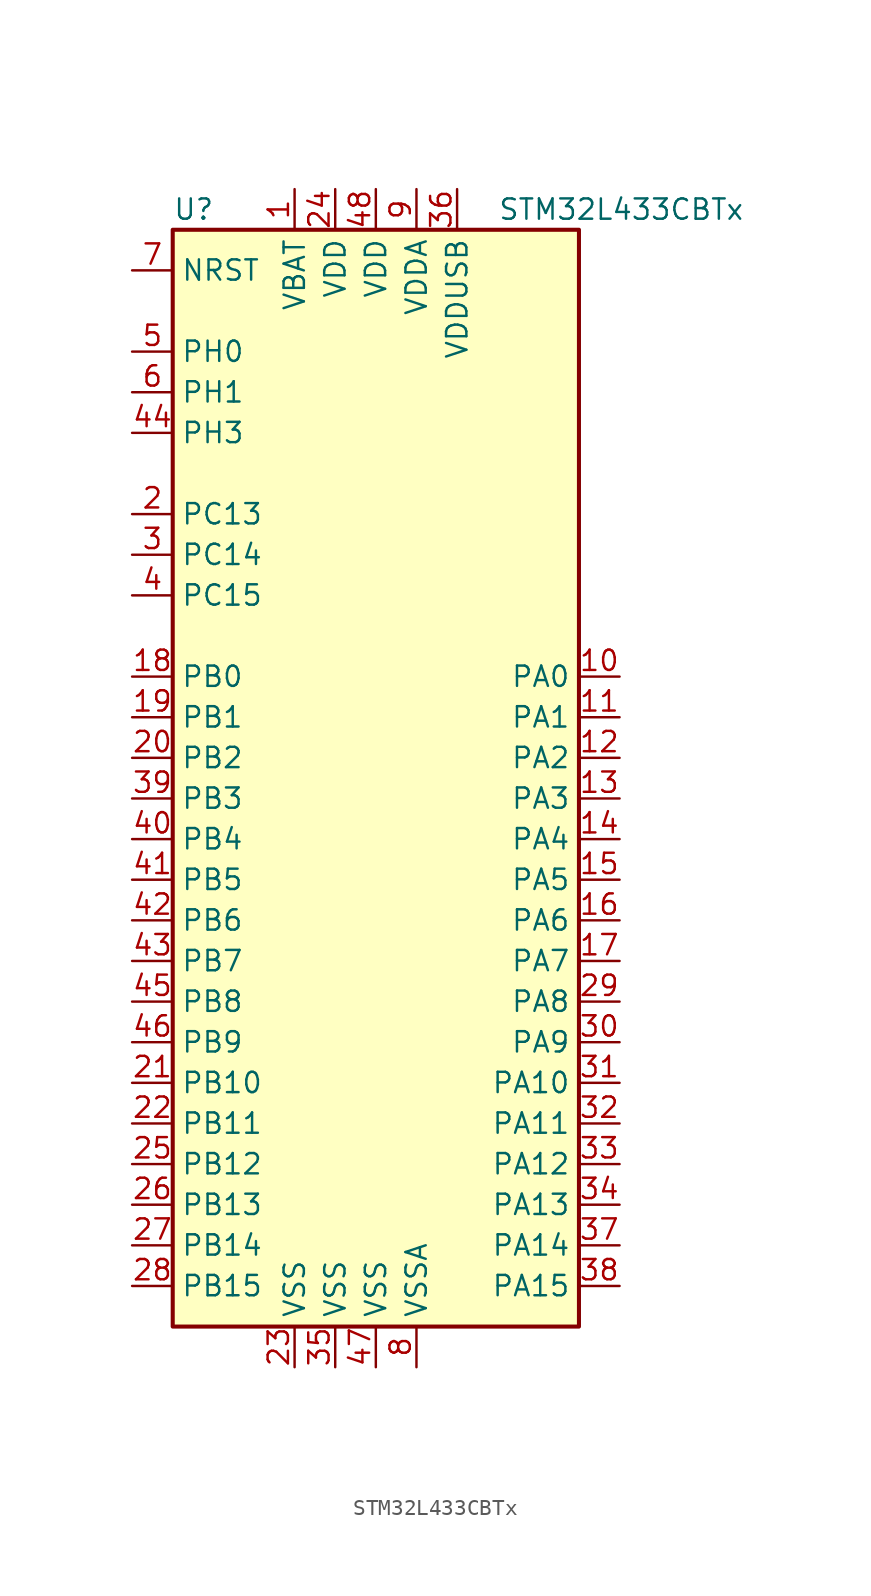
<source format=kicad_sym>
(kicad_symbol_lib
  (version 20220914)
  (generator kicad_symbol_editor)
  (symbol "STM32L433CBTx"
    (property "Reference" "U"
      (at -12.7 34.29 0)
      (effects (font (size 1.27 1.27)) (justify left)))
    (property "Value" "STM32L433CBTx"
      (at 7.62 34.29 0)
      (effects (font (size 1.27 1.27)) (justify left)))
    (symbol "STM32L433CBTx_0_1"
      (rectangle (start -12.7 -35.56) (end 12.7 33.02) (stroke (width 0.254) (type default)) (fill (type background))))
    (symbol "STM32L433CBTx_1_1"
      (pin power_in line (at -5.08 35.56 270) (length 2.54) (name "VBAT" (effects (font (size 1.27 1.27)))) (number "1" (effects (font (size 1.27 1.27)))))
      (pin bidirectional line (at 15.24 5.08 180) (length 2.54) (name "PA0" (effects (font (size 1.27 1.27)))) (number "10" (effects (font (size 1.27 1.27)))))
      (pin bidirectional line (at 15.24 2.54 180) (length 2.54) (name "PA1" (effects (font (size 1.27 1.27)))) (number "11" (effects (font (size 1.27 1.27)))))
      (pin bidirectional line (at 15.24 0 180) (length 2.54) (name "PA2" (effects (font (size 1.27 1.27)))) (number "12" (effects (font (size 1.27 1.27)))))
      (pin bidirectional line (at 15.24 -2.54 180) (length 2.54) (name "PA3" (effects (font (size 1.27 1.27)))) (number "13" (effects (font (size 1.27 1.27)))))
      (pin bidirectional line (at 15.24 -5.08 180) (length 2.54) (name "PA4" (effects (font (size 1.27 1.27)))) (number "14" (effects (font (size 1.27 1.27)))))
      (pin bidirectional line (at 15.24 -7.62 180) (length 2.54) (name "PA5" (effects (font (size 1.27 1.27)))) (number "15" (effects (font (size 1.27 1.27)))))
      (pin bidirectional line (at 15.24 -10.16 180) (length 2.54) (name "PA6" (effects (font (size 1.27 1.27)))) (number "16" (effects (font (size 1.27 1.27)))))
      (pin bidirectional line (at 15.24 -12.7 180) (length 2.54) (name "PA7" (effects (font (size 1.27 1.27)))) (number "17" (effects (font (size 1.27 1.27)))))
      (pin bidirectional line (at -15.24 5.08 0) (length 2.54) (name "PB0" (effects (font (size 1.27 1.27)))) (number "18" (effects (font (size 1.27 1.27)))))
      (pin bidirectional line (at -15.24 2.54 0) (length 2.54) (name "PB1" (effects (font (size 1.27 1.27)))) (number "19" (effects (font (size 1.27 1.27)))))
      (pin bidirectional line (at -15.24 15.24 0) (length 2.54) (name "PC13" (effects (font (size 1.27 1.27)))) (number "2" (effects (font (size 1.27 1.27)))))
      (pin bidirectional line (at -15.24 0 0) (length 2.54) (name "PB2" (effects (font (size 1.27 1.27)))) (number "20" (effects (font (size 1.27 1.27)))))
      (pin bidirectional line (at -15.24 -20.32 0) (length 2.54) (name "PB10" (effects (font (size 1.27 1.27)))) (number "21" (effects (font (size 1.27 1.27)))))
      (pin bidirectional line (at -15.24 -22.86 0) (length 2.54) (name "PB11" (effects (font (size 1.27 1.27)))) (number "22" (effects (font (size 1.27 1.27)))))
      (pin power_in line (at -5.08 -38.1 90) (length 2.54) (name "VSS" (effects (font (size 1.27 1.27)))) (number "23" (effects (font (size 1.27 1.27)))))
      (pin power_in line (at -2.54 35.56 270) (length 2.54) (name "VDD" (effects (font (size 1.27 1.27)))) (number "24" (effects (font (size 1.27 1.27)))))
      (pin bidirectional line (at -15.24 -25.4 0) (length 2.54) (name "PB12" (effects (font (size 1.27 1.27)))) (number "25" (effects (font (size 1.27 1.27)))))
      (pin bidirectional line (at -15.24 -27.94 0) (length 2.54) (name "PB13" (effects (font (size 1.27 1.27)))) (number "26" (effects (font (size 1.27 1.27)))))
      (pin bidirectional line (at -15.24 -30.48 0) (length 2.54) (name "PB14" (effects (font (size 1.27 1.27)))) (number "27" (effects (font (size 1.27 1.27)))))
      (pin bidirectional line (at -15.24 -33.02 0) (length 2.54) (name "PB15" (effects (font (size 1.27 1.27)))) (number "28" (effects (font (size 1.27 1.27)))))
      (pin bidirectional line (at 15.24 -15.24 180) (length 2.54) (name "PA8" (effects (font (size 1.27 1.27)))) (number "29" (effects (font (size 1.27 1.27)))))
      (pin bidirectional line (at -15.24 12.7 0) (length 2.54) (name "PC14" (effects (font (size 1.27 1.27)))) (number "3" (effects (font (size 1.27 1.27)))))
      (pin bidirectional line (at 15.24 -17.78 180) (length 2.54) (name "PA9" (effects (font (size 1.27 1.27)))) (number "30" (effects (font (size 1.27 1.27)))))
      (pin bidirectional line (at 15.24 -20.32 180) (length 2.54) (name "PA10" (effects (font (size 1.27 1.27)))) (number "31" (effects (font (size 1.27 1.27)))))
      (pin bidirectional line (at 15.24 -22.86 180) (length 2.54) (name "PA11" (effects (font (size 1.27 1.27)))) (number "32" (effects (font (size 1.27 1.27)))))
      (pin bidirectional line (at 15.24 -25.4 180) (length 2.54) (name "PA12" (effects (font (size 1.27 1.27)))) (number "33" (effects (font (size 1.27 1.27)))))
      (pin bidirectional line (at 15.24 -27.94 180) (length 2.54) (name "PA13" (effects (font (size 1.27 1.27)))) (number "34" (effects (font (size 1.27 1.27)))))
      (pin power_in line (at -2.54 -38.1 90) (length 2.54) (name "VSS" (effects (font (size 1.27 1.27)))) (number "35" (effects (font (size 1.27 1.27)))))
      (pin power_in line (at 5.08 35.56 270) (length 2.54) (name "VDDUSB" (effects (font (size 1.27 1.27)))) (number "36" (effects (font (size 1.27 1.27)))))
      (pin bidirectional line (at 15.24 -30.48 180) (length 2.54) (name "PA14" (effects (font (size 1.27 1.27)))) (number "37" (effects (font (size 1.27 1.27)))))
      (pin bidirectional line (at 15.24 -33.02 180) (length 2.54) (name "PA15" (effects (font (size 1.27 1.27)))) (number "38" (effects (font (size 1.27 1.27)))))
      (pin bidirectional line (at -15.24 -2.54 0) (length 2.54) (name "PB3" (effects (font (size 1.27 1.27)))) (number "39" (effects (font (size 1.27 1.27)))))
      (pin bidirectional line (at -15.24 10.16 0) (length 2.54) (name "PC15" (effects (font (size 1.27 1.27)))) (number "4" (effects (font (size 1.27 1.27)))))
      (pin bidirectional line (at -15.24 -5.08 0) (length 2.54) (name "PB4" (effects (font (size 1.27 1.27)))) (number "40" (effects (font (size 1.27 1.27)))))
      (pin bidirectional line (at -15.24 -7.62 0) (length 2.54) (name "PB5" (effects (font (size 1.27 1.27)))) (number "41" (effects (font (size 1.27 1.27)))))
      (pin bidirectional line (at -15.24 -10.16 0) (length 2.54) (name "PB6" (effects (font (size 1.27 1.27)))) (number "42" (effects (font (size 1.27 1.27)))))
      (pin bidirectional line (at -15.24 -12.7 0) (length 2.54) (name "PB7" (effects (font (size 1.27 1.27)))) (number "43" (effects (font (size 1.27 1.27)))))
      (pin bidirectional line (at -15.24 20.32 0) (length 2.54) (name "PH3" (effects (font (size 1.27 1.27)))) (number "44" (effects (font (size 1.27 1.27)))))
      (pin bidirectional line (at -15.24 -15.24 0) (length 2.54) (name "PB8" (effects (font (size 1.27 1.27)))) (number "45" (effects (font (size 1.27 1.27)))))
      (pin bidirectional line (at -15.24 -17.78 0) (length 2.54) (name "PB9" (effects (font (size 1.27 1.27)))) (number "46" (effects (font (size 1.27 1.27)))))
      (pin power_in line (at 0 -38.1 90) (length 2.54) (name "VSS" (effects (font (size 1.27 1.27)))) (number "47" (effects (font (size 1.27 1.27)))))
      (pin power_in line (at 0 35.56 270) (length 2.54) (name "VDD" (effects (font (size 1.27 1.27)))) (number "48" (effects (font (size 1.27 1.27)))))
      (pin input line (at -15.24 25.4 0) (length 2.54) (name "PH0" (effects (font (size 1.27 1.27)))) (number "5" (effects (font (size 1.27 1.27)))))
      (pin input line (at -15.24 22.86 0) (length 2.54) (name "PH1" (effects (font (size 1.27 1.27)))) (number "6" (effects (font (size 1.27 1.27)))))
      (pin input line (at -15.24 30.48 0) (length 2.54) (name "NRST" (effects (font (size 1.27 1.27)))) (number "7" (effects (font (size 1.27 1.27)))))
      (pin power_in line (at 2.54 -38.1 90) (length 2.54) (name "VSSA" (effects (font (size 1.27 1.27)))) (number "8" (effects (font (size 1.27 1.27)))))
      (pin power_in line (at 2.54 35.56 270) (length 2.54) (name "VDDA" (effects (font (size 1.27 1.27)))) (number "9" (effects (font (size 1.27 1.27))))))))
</source>
